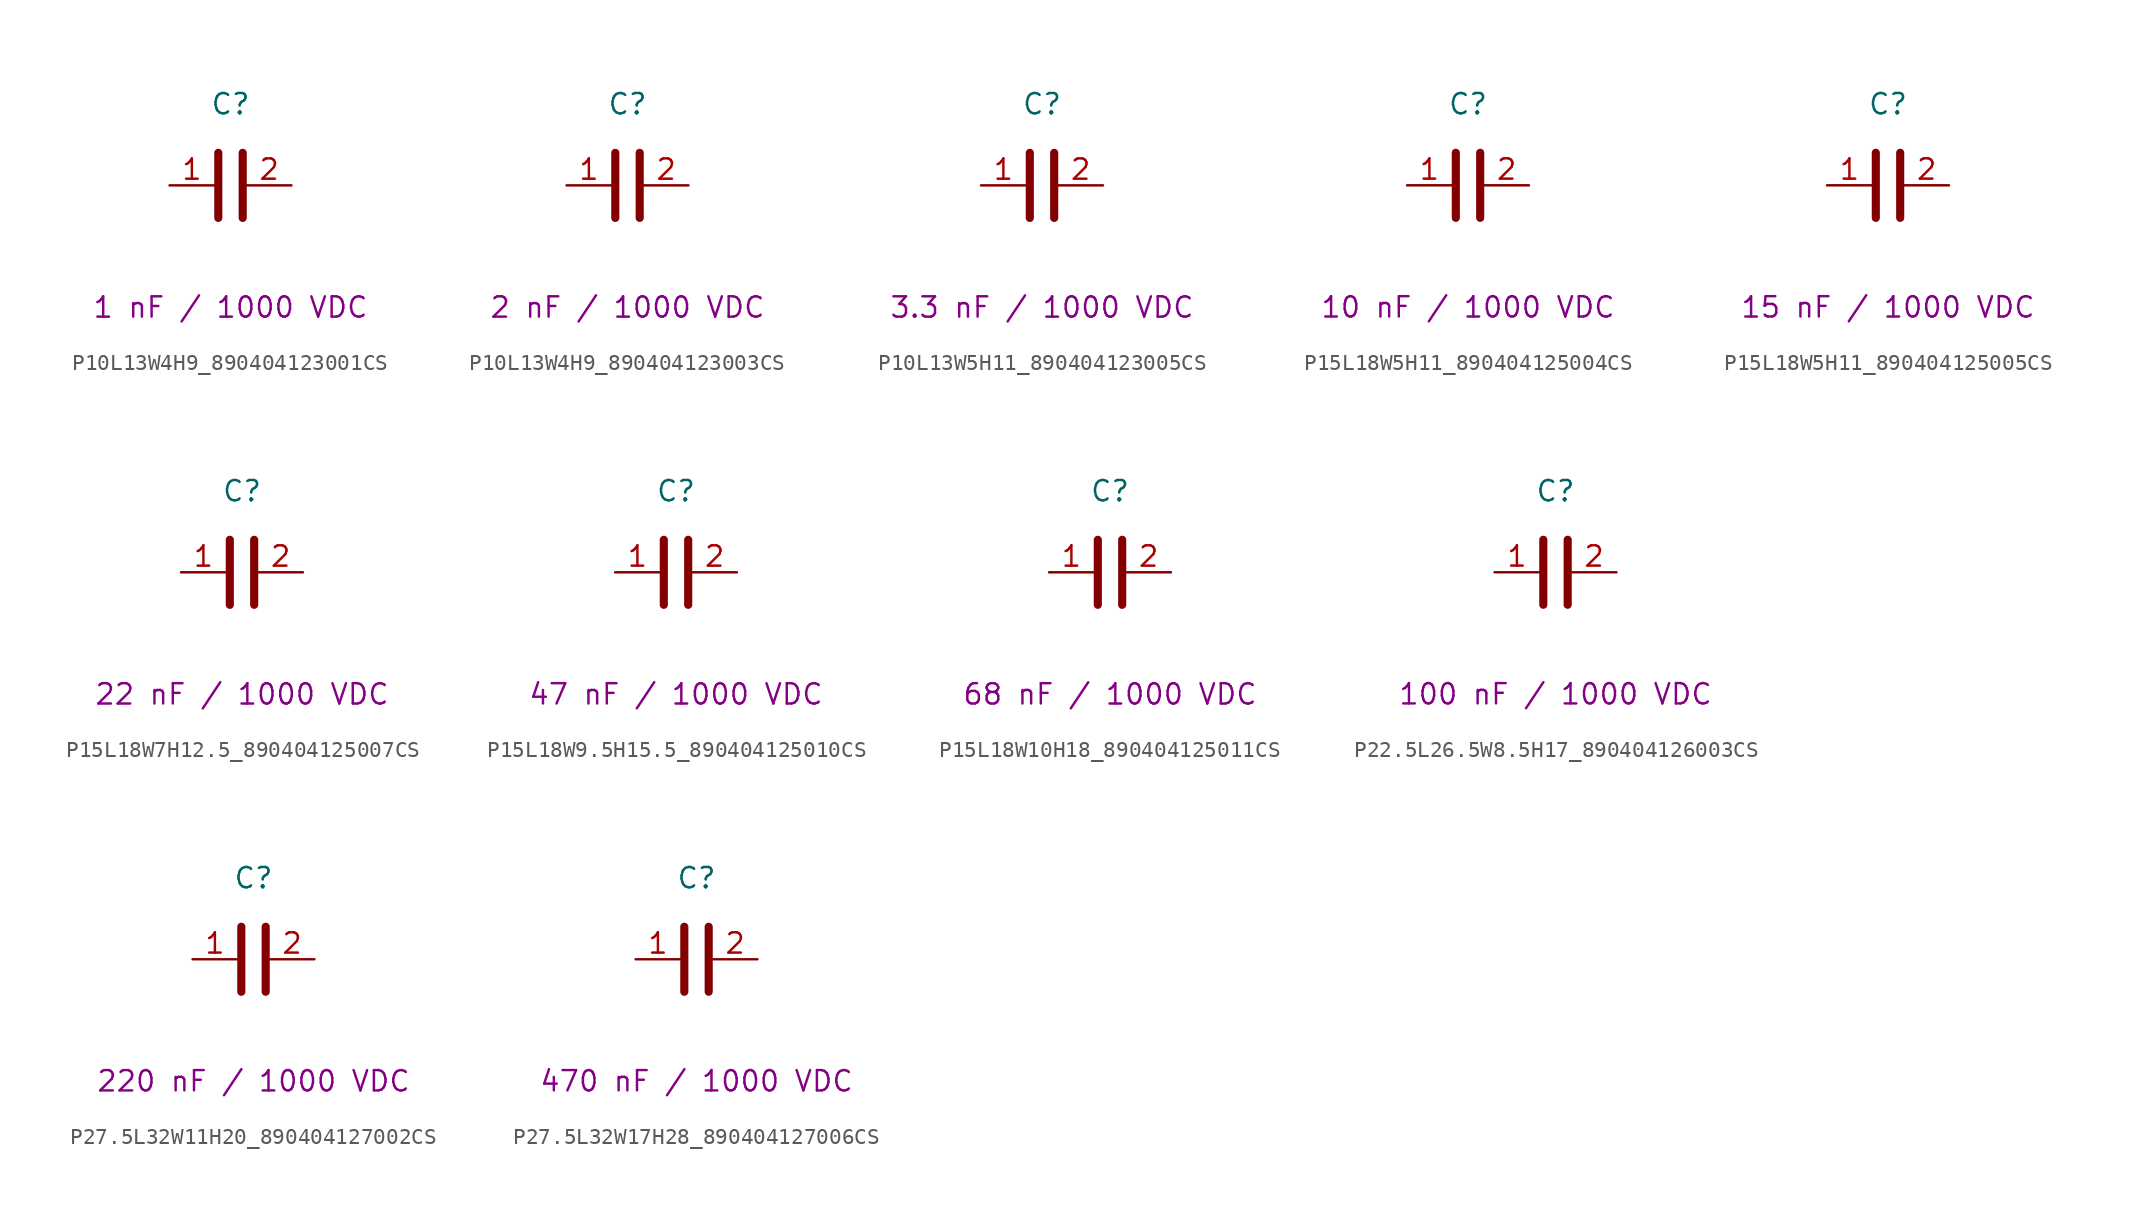
<source format=kicad_sym>
(kicad_symbol_lib
  (version 20220914)
  (generator kicad_symbol_editor)
  (symbol "P10L13W4H9_890404123001CS"
    (pin_names hide)
    (property "Reference" "C"
      (at 0 5.08 0)
      (effects (font (size 1.27 1.27))))
    (property "Critical Parameter" "1 nF / 1000 VDC"
      (at 0 -7.62 0)
      (effects (font (size 1.27 1.27))))
    (symbol "P10L13W4H9_890404123001CS_0_1"
      (polyline (pts (xy -0.762 -2.032) (xy -0.762 2.032)) (stroke (width 0.508) (type default)) (fill (type none)))
      (polyline (pts (xy 0.762 -2.032) (xy 0.762 2.032)) (stroke (width 0.508) (type default)) (fill (type none))))
    (symbol "P10L13W4H9_890404123001CS_1_1"
      (pin passive line (at -3.81 0 0) (length 2.794) (name "1" (effects (font (size 1.27 1.27)))) (number "1" (effects (font (size 1.27 1.27)))))
      (pin passive line (at 3.81 0 180) (length 2.794) (name "2" (effects (font (size 1.27 1.27)))) (number "2" (effects (font (size 1.27 1.27)))))))
  (symbol "P10L13W4H9_890404123003CS"
    (pin_names hide)
    (property "Reference" "C"
      (at 0 5.08 0)
      (effects (font (size 1.27 1.27))))
    (property "Critical Parameter" "2 nF / 1000 VDC"
      (at 0 -7.62 0)
      (effects (font (size 1.27 1.27))))
    (symbol "P10L13W4H9_890404123003CS_0_1"
      (polyline (pts (xy -0.762 -2.032) (xy -0.762 2.032)) (stroke (width 0.508) (type default)) (fill (type none)))
      (polyline (pts (xy 0.762 -2.032) (xy 0.762 2.032)) (stroke (width 0.508) (type default)) (fill (type none))))
    (symbol "P10L13W4H9_890404123003CS_1_1"
      (pin passive line (at -3.81 0 0) (length 2.794) (name "1" (effects (font (size 1.27 1.27)))) (number "1" (effects (font (size 1.27 1.27)))))
      (pin passive line (at 3.81 0 180) (length 2.794) (name "2" (effects (font (size 1.27 1.27)))) (number "2" (effects (font (size 1.27 1.27)))))))
  (symbol "P10L13W5H11_890404123005CS"
    (pin_names hide)
    (property "Reference" "C"
      (at 0 5.08 0)
      (effects (font (size 1.27 1.27))))
    (property "Critical Parameter" "3.3 nF / 1000 VDC"
      (at 0 -7.62 0)
      (effects (font (size 1.27 1.27))))
    (symbol "P10L13W5H11_890404123005CS_0_1"
      (polyline (pts (xy -0.762 -2.032) (xy -0.762 2.032)) (stroke (width 0.508) (type default)) (fill (type none)))
      (polyline (pts (xy 0.762 -2.032) (xy 0.762 2.032)) (stroke (width 0.508) (type default)) (fill (type none))))
    (symbol "P10L13W5H11_890404123005CS_1_1"
      (pin passive line (at -3.81 0 0) (length 2.794) (name "1" (effects (font (size 1.27 1.27)))) (number "1" (effects (font (size 1.27 1.27)))))
      (pin passive line (at 3.81 0 180) (length 2.794) (name "2" (effects (font (size 1.27 1.27)))) (number "2" (effects (font (size 1.27 1.27)))))))
  (symbol "P15L18W5H11_890404125004CS"
    (pin_names hide)
    (property "Reference" "C"
      (at 0 5.08 0)
      (effects (font (size 1.27 1.27))))
    (property "Critical Parameter" "10 nF / 1000 VDC"
      (at 0 -7.62 0)
      (effects (font (size 1.27 1.27))))
    (symbol "P15L18W5H11_890404125004CS_0_1"
      (polyline (pts (xy -0.762 -2.032) (xy -0.762 2.032)) (stroke (width 0.508) (type default)) (fill (type none)))
      (polyline (pts (xy 0.762 -2.032) (xy 0.762 2.032)) (stroke (width 0.508) (type default)) (fill (type none))))
    (symbol "P15L18W5H11_890404125004CS_1_1"
      (pin passive line (at -3.81 0 0) (length 2.794) (name "1" (effects (font (size 1.27 1.27)))) (number "1" (effects (font (size 1.27 1.27)))))
      (pin passive line (at 3.81 0 180) (length 2.794) (name "2" (effects (font (size 1.27 1.27)))) (number "2" (effects (font (size 1.27 1.27)))))))
  (symbol "P15L18W5H11_890404125005CS"
    (pin_names hide)
    (property "Reference" "C"
      (at 0 5.08 0)
      (effects (font (size 1.27 1.27))))
    (property "Critical Parameter" "15 nF / 1000 VDC"
      (at 0 -7.62 0)
      (effects (font (size 1.27 1.27))))
    (symbol "P15L18W5H11_890404125005CS_0_1"
      (polyline (pts (xy -0.762 -2.032) (xy -0.762 2.032)) (stroke (width 0.508) (type default)) (fill (type none)))
      (polyline (pts (xy 0.762 -2.032) (xy 0.762 2.032)) (stroke (width 0.508) (type default)) (fill (type none))))
    (symbol "P15L18W5H11_890404125005CS_1_1"
      (pin passive line (at -3.81 0 0) (length 2.794) (name "1" (effects (font (size 1.27 1.27)))) (number "1" (effects (font (size 1.27 1.27)))))
      (pin passive line (at 3.81 0 180) (length 2.794) (name "2" (effects (font (size 1.27 1.27)))) (number "2" (effects (font (size 1.27 1.27)))))))
  (symbol "P15L18W7H12.5_890404125007CS"
    (pin_names hide)
    (property "Reference" "C"
      (at 0 5.08 0)
      (effects (font (size 1.27 1.27))))
    (property "Critical Parameter" "22 nF / 1000 VDC"
      (at 0 -7.62 0)
      (effects (font (size 1.27 1.27))))
    (symbol "P15L18W7H12.5_890404125007CS_0_1"
      (polyline (pts (xy -0.762 -2.032) (xy -0.762 2.032)) (stroke (width 0.508) (type default)) (fill (type none)))
      (polyline (pts (xy 0.762 -2.032) (xy 0.762 2.032)) (stroke (width 0.508) (type default)) (fill (type none))))
    (symbol "P15L18W7H12.5_890404125007CS_1_1"
      (pin passive line (at -3.81 0 0) (length 2.794) (name "1" (effects (font (size 1.27 1.27)))) (number "1" (effects (font (size 1.27 1.27)))))
      (pin passive line (at 3.81 0 180) (length 2.794) (name "2" (effects (font (size 1.27 1.27)))) (number "2" (effects (font (size 1.27 1.27)))))))
  (symbol "P15L18W9.5H15.5_890404125010CS"
    (pin_names hide)
    (property "Reference" "C"
      (at 0 5.08 0)
      (effects (font (size 1.27 1.27))))
    (property "Critical Parameter" "47 nF / 1000 VDC"
      (at 0 -7.62 0)
      (effects (font (size 1.27 1.27))))
    (symbol "P15L18W9.5H15.5_890404125010CS_0_1"
      (polyline (pts (xy -0.762 -2.032) (xy -0.762 2.032)) (stroke (width 0.508) (type default)) (fill (type none)))
      (polyline (pts (xy 0.762 -2.032) (xy 0.762 2.032)) (stroke (width 0.508) (type default)) (fill (type none))))
    (symbol "P15L18W9.5H15.5_890404125010CS_1_1"
      (pin passive line (at -3.81 0 0) (length 2.794) (name "1" (effects (font (size 1.27 1.27)))) (number "1" (effects (font (size 1.27 1.27)))))
      (pin passive line (at 3.81 0 180) (length 2.794) (name "2" (effects (font (size 1.27 1.27)))) (number "2" (effects (font (size 1.27 1.27)))))))
  (symbol "P15L18W10H18_890404125011CS"
    (pin_names hide)
    (property "Reference" "C"
      (at 0 5.08 0)
      (effects (font (size 1.27 1.27))))
    (property "Critical Parameter" "68 nF / 1000 VDC"
      (at 0 -7.62 0)
      (effects (font (size 1.27 1.27))))
    (symbol "P15L18W10H18_890404125011CS_0_1"
      (polyline (pts (xy -0.762 -2.032) (xy -0.762 2.032)) (stroke (width 0.508) (type default)) (fill (type none)))
      (polyline (pts (xy 0.762 -2.032) (xy 0.762 2.032)) (stroke (width 0.508) (type default)) (fill (type none))))
    (symbol "P15L18W10H18_890404125011CS_1_1"
      (pin passive line (at -3.81 0 0) (length 2.794) (name "1" (effects (font (size 1.27 1.27)))) (number "1" (effects (font (size 1.27 1.27)))))
      (pin passive line (at 3.81 0 180) (length 2.794) (name "2" (effects (font (size 1.27 1.27)))) (number "2" (effects (font (size 1.27 1.27)))))))
  (symbol "P22.5L26.5W8.5H17_890404126003CS"
    (pin_names hide)
    (property "Reference" "C"
      (at 0 5.08 0)
      (effects (font (size 1.27 1.27))))
    (property "Critical Parameter" "100 nF / 1000 VDC"
      (at 0 -7.62 0)
      (effects (font (size 1.27 1.27))))
    (symbol "P22.5L26.5W8.5H17_890404126003CS_0_1"
      (polyline (pts (xy -0.762 -2.032) (xy -0.762 2.032)) (stroke (width 0.508) (type default)) (fill (type none)))
      (polyline (pts (xy 0.762 -2.032) (xy 0.762 2.032)) (stroke (width 0.508) (type default)) (fill (type none))))
    (symbol "P22.5L26.5W8.5H17_890404126003CS_1_1"
      (pin passive line (at -3.81 0 0) (length 2.794) (name "1" (effects (font (size 1.27 1.27)))) (number "1" (effects (font (size 1.27 1.27)))))
      (pin passive line (at 3.81 0 180) (length 2.794) (name "2" (effects (font (size 1.27 1.27)))) (number "2" (effects (font (size 1.27 1.27)))))))
  (symbol "P27.5L32W11H20_890404127002CS"
    (pin_names hide)
    (property "Reference" "C"
      (at 0 5.08 0)
      (effects (font (size 1.27 1.27))))
    (property "Critical Parameter" "220 nF / 1000 VDC"
      (at 0 -7.62 0)
      (effects (font (size 1.27 1.27))))
    (symbol "P27.5L32W11H20_890404127002CS_0_1"
      (polyline (pts (xy -0.762 -2.032) (xy -0.762 2.032)) (stroke (width 0.508) (type default)) (fill (type none)))
      (polyline (pts (xy 0.762 -2.032) (xy 0.762 2.032)) (stroke (width 0.508) (type default)) (fill (type none))))
    (symbol "P27.5L32W11H20_890404127002CS_1_1"
      (pin passive line (at -3.81 0 0) (length 2.794) (name "1" (effects (font (size 1.27 1.27)))) (number "1" (effects (font (size 1.27 1.27)))))
      (pin passive line (at 3.81 0 180) (length 2.794) (name "2" (effects (font (size 1.27 1.27)))) (number "2" (effects (font (size 1.27 1.27)))))))
  (symbol "P27.5L32W17H28_890404127006CS"
    (pin_names hide)
    (property "Reference" "C"
      (at 0 5.08 0)
      (effects (font (size 1.27 1.27))))
    (property "Critical Parameter" "470 nF / 1000 VDC"
      (at 0 -7.62 0)
      (effects (font (size 1.27 1.27))))
    (symbol "P27.5L32W17H28_890404127006CS_0_1"
      (polyline (pts (xy -0.762 -2.032) (xy -0.762 2.032)) (stroke (width 0.508) (type default)) (fill (type none)))
      (polyline (pts (xy 0.762 -2.032) (xy 0.762 2.032)) (stroke (width 0.508) (type default)) (fill (type none))))
    (symbol "P27.5L32W17H28_890404127006CS_1_1"
      (pin passive line (at -3.81 0 0) (length 2.794) (name "1" (effects (font (size 1.27 1.27)))) (number "1" (effects (font (size 1.27 1.27)))))
      (pin passive line (at 3.81 0 180) (length 2.794) (name "2" (effects (font (size 1.27 1.27)))) (number "2" (effects (font (size 1.27 1.27))))))))
</source>
